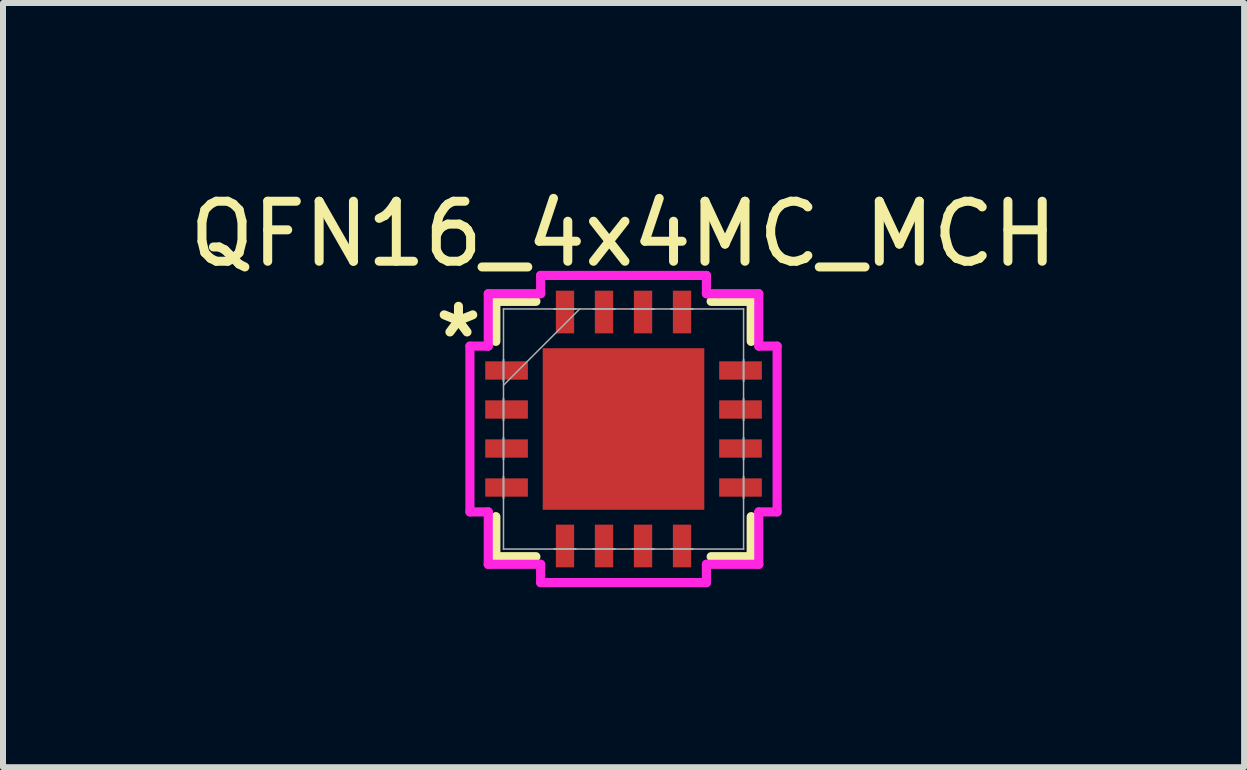
<source format=kicad_pcb>
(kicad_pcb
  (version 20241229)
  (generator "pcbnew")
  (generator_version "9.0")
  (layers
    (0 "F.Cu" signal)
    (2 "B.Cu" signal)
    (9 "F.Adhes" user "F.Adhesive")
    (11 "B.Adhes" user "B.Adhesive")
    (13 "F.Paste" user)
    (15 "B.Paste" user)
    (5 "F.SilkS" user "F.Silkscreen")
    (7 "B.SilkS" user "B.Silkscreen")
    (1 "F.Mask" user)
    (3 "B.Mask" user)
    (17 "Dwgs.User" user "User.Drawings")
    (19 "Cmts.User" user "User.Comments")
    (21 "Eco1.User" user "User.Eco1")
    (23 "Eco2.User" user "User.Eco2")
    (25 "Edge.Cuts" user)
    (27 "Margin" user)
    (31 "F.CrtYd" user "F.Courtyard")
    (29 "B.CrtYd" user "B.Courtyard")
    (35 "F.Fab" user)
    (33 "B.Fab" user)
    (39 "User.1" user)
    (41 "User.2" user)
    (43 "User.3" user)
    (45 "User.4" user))
  (footprint "QFN16_4x4MC_MCH"
    (layer "F.Cu")
    (at 7.339 4.098)
    (property "Reference" "QFN16_4x4MC_MCH" (at 0 -3.25 0) (unlocked yes) (layer "F.SilkS") (effects (font (size 1 1) (thickness 0.15))))
    (attr smd)
    (fp_line (start -2.127 -2.127) (end -2.127 -1.46) (stroke (width 0.152) (type solid)) (layer "F.SilkS"))
    (fp_line (start -2.127 1.46) (end -2.127 2.127) (stroke (width 0.152) (type solid)) (layer "F.SilkS"))
    (fp_line (start -2.127 2.127) (end -1.46 2.127) (stroke (width 0.152) (type solid)) (layer "F.SilkS"))
    (fp_line (start -1.46 -2.127) (end -2.127 -2.127) (stroke (width 0.152) (type solid)) (layer "F.SilkS"))
    (fp_line (start 1.46 2.127) (end 2.127 2.127) (stroke (width 0.152) (type solid)) (layer "F.SilkS"))
    (fp_line (start 2.127 -2.127) (end 1.46 -2.127) (stroke (width 0.152) (type solid)) (layer "F.SilkS"))
    (fp_line (start 2.127 -1.46) (end 2.127 -2.127) (stroke (width 0.152) (type solid)) (layer "F.SilkS"))
    (fp_line (start 2.127 2.127) (end 2.127 1.46) (stroke (width 0.152) (type solid)) (layer "F.SilkS"))
    (fp_poly (pts (xy -1.246 -1.246) (xy -1.246 -0.1) (xy -0.1 -0.1) (xy -0.1 -1.246)) (stroke (width 0) (type solid)) (fill yes) (layer "F.Paste"))
    (fp_poly (pts (xy -1.246 0.1) (xy -1.246 1.246) (xy -0.1 1.246) (xy -0.1 0.1)) (stroke (width 0) (type solid)) (fill yes) (layer "F.Paste"))
    (fp_poly (pts (xy 0.1 -1.246) (xy 0.1 -0.1) (xy 1.246 -0.1) (xy 1.246 -1.246)) (stroke (width 0) (type solid)) (fill yes) (layer "F.Paste"))
    (fp_poly (pts (xy 0.1 0.1) (xy 0.1 1.246) (xy 1.246 1.246) (xy 1.246 0.1)) (stroke (width 0) (type solid)) (fill yes) (layer "F.Paste"))
    (fp_line (start -2.559 -1.381) (end -2.254 -1.381) (stroke (width 0.152) (type solid)) (layer "F.CrtYd"))
    (fp_line (start -2.559 1.381) (end -2.559 -1.381) (stroke (width 0.152) (type solid)) (layer "F.CrtYd"))
    (fp_line (start -2.254 -2.254) (end -1.381 -2.254) (stroke (width 0.152) (type solid)) (layer "F.CrtYd"))
    (fp_line (start -2.254 -1.381) (end -2.254 -2.254) (stroke (width 0.152) (type solid)) (layer "F.CrtYd"))
    (fp_line (start -2.254 1.381) (end -2.559 1.381) (stroke (width 0.152) (type solid)) (layer "F.CrtYd"))
    (fp_line (start -2.254 2.254) (end -2.254 1.381) (stroke (width 0.152) (type solid)) (layer "F.CrtYd"))
    (fp_line (start -1.381 -2.559) (end 1.381 -2.559) (stroke (width 0.152) (type solid)) (layer "F.CrtYd"))
    (fp_line (start -1.381 -2.254) (end -1.381 -2.559) (stroke (width 0.152) (type solid)) (layer "F.CrtYd"))
    (fp_line (start -1.381 2.254) (end -2.254 2.254) (stroke (width 0.152) (type solid)) (layer "F.CrtYd"))
    (fp_line (start -1.381 2.559) (end -1.381 2.254) (stroke (width 0.152) (type solid)) (layer "F.CrtYd"))
    (fp_line (start 1.381 -2.559) (end 1.381 -2.254) (stroke (width 0.152) (type solid)) (layer "F.CrtYd"))
    (fp_line (start 1.381 -2.254) (end 2.254 -2.254) (stroke (width 0.152) (type solid)) (layer "F.CrtYd"))
    (fp_line (start 1.381 2.254) (end 1.381 2.559) (stroke (width 0.152) (type solid)) (layer "F.CrtYd"))
    (fp_line (start 1.381 2.559) (end -1.381 2.559) (stroke (width 0.152) (type solid)) (layer "F.CrtYd"))
    (fp_line (start 2.254 -2.254) (end 2.254 -1.381) (stroke (width 0.152) (type solid)) (layer "F.CrtYd"))
    (fp_line (start 2.254 -1.381) (end 2.559 -1.381) (stroke (width 0.152) (type solid)) (layer "F.CrtYd"))
    (fp_line (start 2.254 1.381) (end 2.254 2.254) (stroke (width 0.152) (type solid)) (layer "F.CrtYd"))
    (fp_line (start 2.254 2.254) (end 1.381 2.254) (stroke (width 0.152) (type solid)) (layer "F.CrtYd"))
    (fp_line (start 2.559 -1.381) (end 2.559 1.381) (stroke (width 0.152) (type solid)) (layer "F.CrtYd"))
    (fp_line (start 2.559 1.381) (end 2.254 1.381) (stroke (width 0.152) (type solid)) (layer "F.CrtYd"))
    (fp_line (start -2 -2) (end -2 -2) (stroke (width 0.025) (type solid)) (layer "F.Fab"))
    (fp_line (start -2 -2) (end -2 2) (stroke (width 0.025) (type solid)) (layer "F.Fab"))
    (fp_line (start -2 -1.153) (end -2 -1.153) (stroke (width 0.025) (type solid)) (layer "F.Fab"))
    (fp_line (start -2 -1.153) (end -2 -0.797) (stroke (width 0.025) (type solid)) (layer "F.Fab"))
    (fp_line (start -2 -0.797) (end -2 -1.153) (stroke (width 0.025) (type solid)) (layer "F.Fab"))
    (fp_line (start -2 -0.797) (end -2 -0.797) (stroke (width 0.025) (type solid)) (layer "F.Fab"))
    (fp_line (start -2 -0.73) (end -0.73 -2) (stroke (width 0.025) (type solid)) (layer "F.Fab"))
    (fp_line (start -2 -0.503) (end -2 -0.503) (stroke (width 0.025) (type solid)) (layer "F.Fab"))
    (fp_line (start -2 -0.503) (end -2 -0.147) (stroke (width 0.025) (type solid)) (layer "F.Fab"))
    (fp_line (start -2 -0.147) (end -2 -0.503) (stroke (width 0.025) (type solid)) (layer "F.Fab"))
    (fp_line (start -2 -0.147) (end -2 -0.147) (stroke (width 0.025) (type solid)) (layer "F.Fab"))
    (fp_line (start -2 0.147) (end -2 0.147) (stroke (width 0.025) (type solid)) (layer "F.Fab"))
    (fp_line (start -2 0.147) (end -2 0.503) (stroke (width 0.025) (type solid)) (layer "F.Fab"))
    (fp_line (start -2 0.503) (end -2 0.147) (stroke (width 0.025) (type solid)) (layer "F.Fab"))
    (fp_line (start -2 0.503) (end -2 0.503) (stroke (width 0.025) (type solid)) (layer "F.Fab"))
    (fp_line (start -2 0.797) (end -2 0.797) (stroke (width 0.025) (type solid)) (layer "F.Fab"))
    (fp_line (start -2 0.797) (end -2 1.153) (stroke (width 0.025) (type solid)) (layer "F.Fab"))
    (fp_line (start -2 1.153) (end -2 0.797) (stroke (width 0.025) (type solid)) (layer "F.Fab"))
    (fp_line (start -2 1.153) (end -2 1.153) (stroke (width 0.025) (type solid)) (layer "F.Fab"))
    (fp_line (start -2 2) (end -2 2) (stroke (width 0.025) (type solid)) (layer "F.Fab"))
    (fp_line (start -2 2) (end 2 2) (stroke (width 0.025) (type solid)) (layer "F.Fab"))
    (fp_line (start -1.153 -2) (end -1.153 -2) (stroke (width 0.025) (type solid)) (layer "F.Fab"))
    (fp_line (start -1.153 -2) (end -0.797 -2) (stroke (width 0.025) (type solid)) (layer "F.Fab"))
    (fp_line (start -1.153 2) (end -1.153 2) (stroke (width 0.025) (type solid)) (layer "F.Fab"))
    (fp_line (start -1.153 2) (end -0.797 2) (stroke (width 0.025) (type solid)) (layer "F.Fab"))
    (fp_line (start -0.797 -2) (end -1.153 -2) (stroke (width 0.025) (type solid)) (layer "F.Fab"))
    (fp_line (start -0.797 -2) (end -0.797 -2) (stroke (width 0.025) (type solid)) (layer "F.Fab"))
    (fp_line (start -0.797 2) (end -1.153 2) (stroke (width 0.025) (type solid)) (layer "F.Fab"))
    (fp_line (start -0.797 2) (end -0.797 2) (stroke (width 0.025) (type solid)) (layer "F.Fab"))
    (fp_line (start -0.503 -2) (end -0.503 -2) (stroke (width 0.025) (type solid)) (layer "F.Fab"))
    (fp_line (start -0.503 -2) (end -0.147 -2) (stroke (width 0.025) (type solid)) (layer "F.Fab"))
    (fp_line (start -0.503 2) (end -0.503 2) (stroke (width 0.025) (type solid)) (layer "F.Fab"))
    (fp_line (start -0.503 2) (end -0.147 2) (stroke (width 0.025) (type solid)) (layer "F.Fab"))
    (fp_line (start -0.147 -2) (end -0.503 -2) (stroke (width 0.025) (type solid)) (layer "F.Fab"))
    (fp_line (start -0.147 -2) (end -0.147 -2) (stroke (width 0.025) (type solid)) (layer "F.Fab"))
    (fp_line (start -0.147 2) (end -0.503 2) (stroke (width 0.025) (type solid)) (layer "F.Fab"))
    (fp_line (start -0.147 2) (end -0.147 2) (stroke (width 0.025) (type solid)) (layer "F.Fab"))
    (fp_line (start 0.147 -2) (end 0.147 -2) (stroke (width 0.025) (type solid)) (layer "F.Fab"))
    (fp_line (start 0.147 -2) (end 0.503 -2) (stroke (width 0.025) (type solid)) (layer "F.Fab"))
    (fp_line (start 0.147 2) (end 0.147 2) (stroke (width 0.025) (type solid)) (layer "F.Fab"))
    (fp_line (start 0.147 2) (end 0.503 2) (stroke (width 0.025) (type solid)) (layer "F.Fab"))
    (fp_line (start 0.503 -2) (end 0.147 -2) (stroke (width 0.025) (type solid)) (layer "F.Fab"))
    (fp_line (start 0.503 -2) (end 0.503 -2) (stroke (width 0.025) (type solid)) (layer "F.Fab"))
    (fp_line (start 0.503 2) (end 0.147 2) (stroke (width 0.025) (type solid)) (layer "F.Fab"))
    (fp_line (start 0.503 2) (end 0.503 2) (stroke (width 0.025) (type solid)) (layer "F.Fab"))
    (fp_line (start 0.797 -2) (end 0.797 -2) (stroke (width 0.025) (type solid)) (layer "F.Fab"))
    (fp_line (start 0.797 -2) (end 1.153 -2) (stroke (width 0.025) (type solid)) (layer "F.Fab"))
    (fp_line (start 0.797 2) (end 0.797 2) (stroke (width 0.025) (type solid)) (layer "F.Fab"))
    (fp_line (start 0.797 2) (end 1.153 2) (stroke (width 0.025) (type solid)) (layer "F.Fab"))
    (fp_line (start 1.153 -2) (end 0.797 -2) (stroke (width 0.025) (type solid)) (layer "F.Fab"))
    (fp_line (start 1.153 -2) (end 1.153 -2) (stroke (width 0.025) (type solid)) (layer "F.Fab"))
    (fp_line (start 1.153 2) (end 0.797 2) (stroke (width 0.025) (type solid)) (layer "F.Fab"))
    (fp_line (start 1.153 2) (end 1.153 2) (stroke (width 0.025) (type solid)) (layer "F.Fab"))
    (fp_line (start 2 -2) (end -2 -2) (stroke (width 0.025) (type solid)) (layer "F.Fab"))
    (fp_line (start 2 -2) (end 2 -2) (stroke (width 0.025) (type solid)) (layer "F.Fab"))
    (fp_line (start 2 -1.153) (end 2 -1.153) (stroke (width 0.025) (type solid)) (layer "F.Fab"))
    (fp_line (start 2 -1.153) (end 2 -0.797) (stroke (width 0.025) (type solid)) (layer "F.Fab"))
    (fp_line (start 2 -0.797) (end 2 -1.153) (stroke (width 0.025) (type solid)) (layer "F.Fab"))
    (fp_line (start 2 -0.797) (end 2 -0.797) (stroke (width 0.025) (type solid)) (layer "F.Fab"))
    (fp_line (start 2 -0.503) (end 2 -0.503) (stroke (width 0.025) (type solid)) (layer "F.Fab"))
    (fp_line (start 2 -0.503) (end 2 -0.147) (stroke (width 0.025) (type solid)) (layer "F.Fab"))
    (fp_line (start 2 -0.147) (end 2 -0.503) (stroke (width 0.025) (type solid)) (layer "F.Fab"))
    (fp_line (start 2 -0.147) (end 2 -0.147) (stroke (width 0.025) (type solid)) (layer "F.Fab"))
    (fp_line (start 2 0.147) (end 2 0.147) (stroke (width 0.025) (type solid)) (layer "F.Fab"))
    (fp_line (start 2 0.147) (end 2 0.503) (stroke (width 0.025) (type solid)) (layer "F.Fab"))
    (fp_line (start 2 0.503) (end 2 0.147) (stroke (width 0.025) (type solid)) (layer "F.Fab"))
    (fp_line (start 2 0.503) (end 2 0.503) (stroke (width 0.025) (type solid)) (layer "F.Fab"))
    (fp_line (start 2 0.797) (end 2 0.797) (stroke (width 0.025) (type solid)) (layer "F.Fab"))
    (fp_line (start 2 0.797) (end 2 1.153) (stroke (width 0.025) (type solid)) (layer "F.Fab"))
    (fp_line (start 2 1.153) (end 2 0.797) (stroke (width 0.025) (type solid)) (layer "F.Fab"))
    (fp_line (start 2 1.153) (end 2 1.153) (stroke (width 0.025) (type solid)) (layer "F.Fab"))
    (fp_line (start 2 2) (end 2 -2) (stroke (width 0.025) (type solid)) (layer "F.Fab"))
    (fp_line (start 2 2) (end 2 2) (stroke (width 0.025) (type solid)) (layer "F.Fab"))
    (fp_text user "*" (at -2.75 -1.5 0) (unlocked yes) (layer "F.SilkS") (effects (font (size 1 1) (thickness 0.15))))
    (pad "1" smd rect (at -1.949 -0.975 90) (size 0.305 0.711) (layers "F.Cu" "F.Mask" "F.Paste"))
    (pad "2" smd rect (at -1.949 -0.325 90) (size 0.305 0.711) (layers "F.Cu" "F.Mask" "F.Paste"))
    (pad "3" smd rect (at -1.949 0.325 90) (size 0.305 0.711) (layers "F.Cu" "F.Mask" "F.Paste"))
    (pad "4" smd rect (at -1.949 0.975 90) (size 0.305 0.711) (layers "F.Cu" "F.Mask" "F.Paste"))
    (pad "5" smd rect (at -0.975 1.949) (size 0.305 0.711) (layers "F.Cu" "F.Mask" "F.Paste"))
    (pad "6" smd rect (at -0.325 1.949) (size 0.305 0.711) (layers "F.Cu" "F.Mask" "F.Paste"))
    (pad "7" smd rect (at 0.325 1.949) (size 0.305 0.711) (layers "F.Cu" "F.Mask" "F.Paste"))
    (pad "8" smd rect (at 0.975 1.949) (size 0.305 0.711) (layers "F.Cu" "F.Mask" "F.Paste"))
    (pad "9" smd rect (at 1.949 0.975 90) (size 0.305 0.711) (layers "F.Cu" "F.Mask" "F.Paste"))
    (pad "10" smd rect (at 1.949 0.325 90) (size 0.305 0.711) (layers "F.Cu" "F.Mask" "F.Paste"))
    (pad "11" smd rect (at 1.949 -0.325 90) (size 0.305 0.711) (layers "F.Cu" "F.Mask" "F.Paste"))
    (pad "12" smd rect (at 1.949 -0.975 90) (size 0.305 0.711) (layers "F.Cu" "F.Mask" "F.Paste"))
    (pad "13" smd rect (at 0.975 -1.949) (size 0.305 0.711) (layers "F.Cu" "F.Mask" "F.Paste"))
    (pad "14" smd rect (at 0.325 -1.949) (size 0.305 0.711) (layers "F.Cu" "F.Mask" "F.Paste"))
    (pad "15" smd rect (at -0.325 -1.949) (size 0.305 0.711) (layers "F.Cu" "F.Mask" "F.Paste"))
    (pad "16" smd rect (at -0.975 -1.949) (size 0.305 0.711) (layers "F.Cu" "F.Mask" "F.Paste"))
    (pad "HTAB" smd rect (at 0 0) (size 2.692 2.692) (layers "F.Cu" "F.Mask" "F.Paste")))
  (gr_rect
    (start -3 -3)
    (end 17.679 9.733)
    (stroke (width 0.1) (type default))
    (fill no)
    (layer "Edge.Cuts")))
</source>
